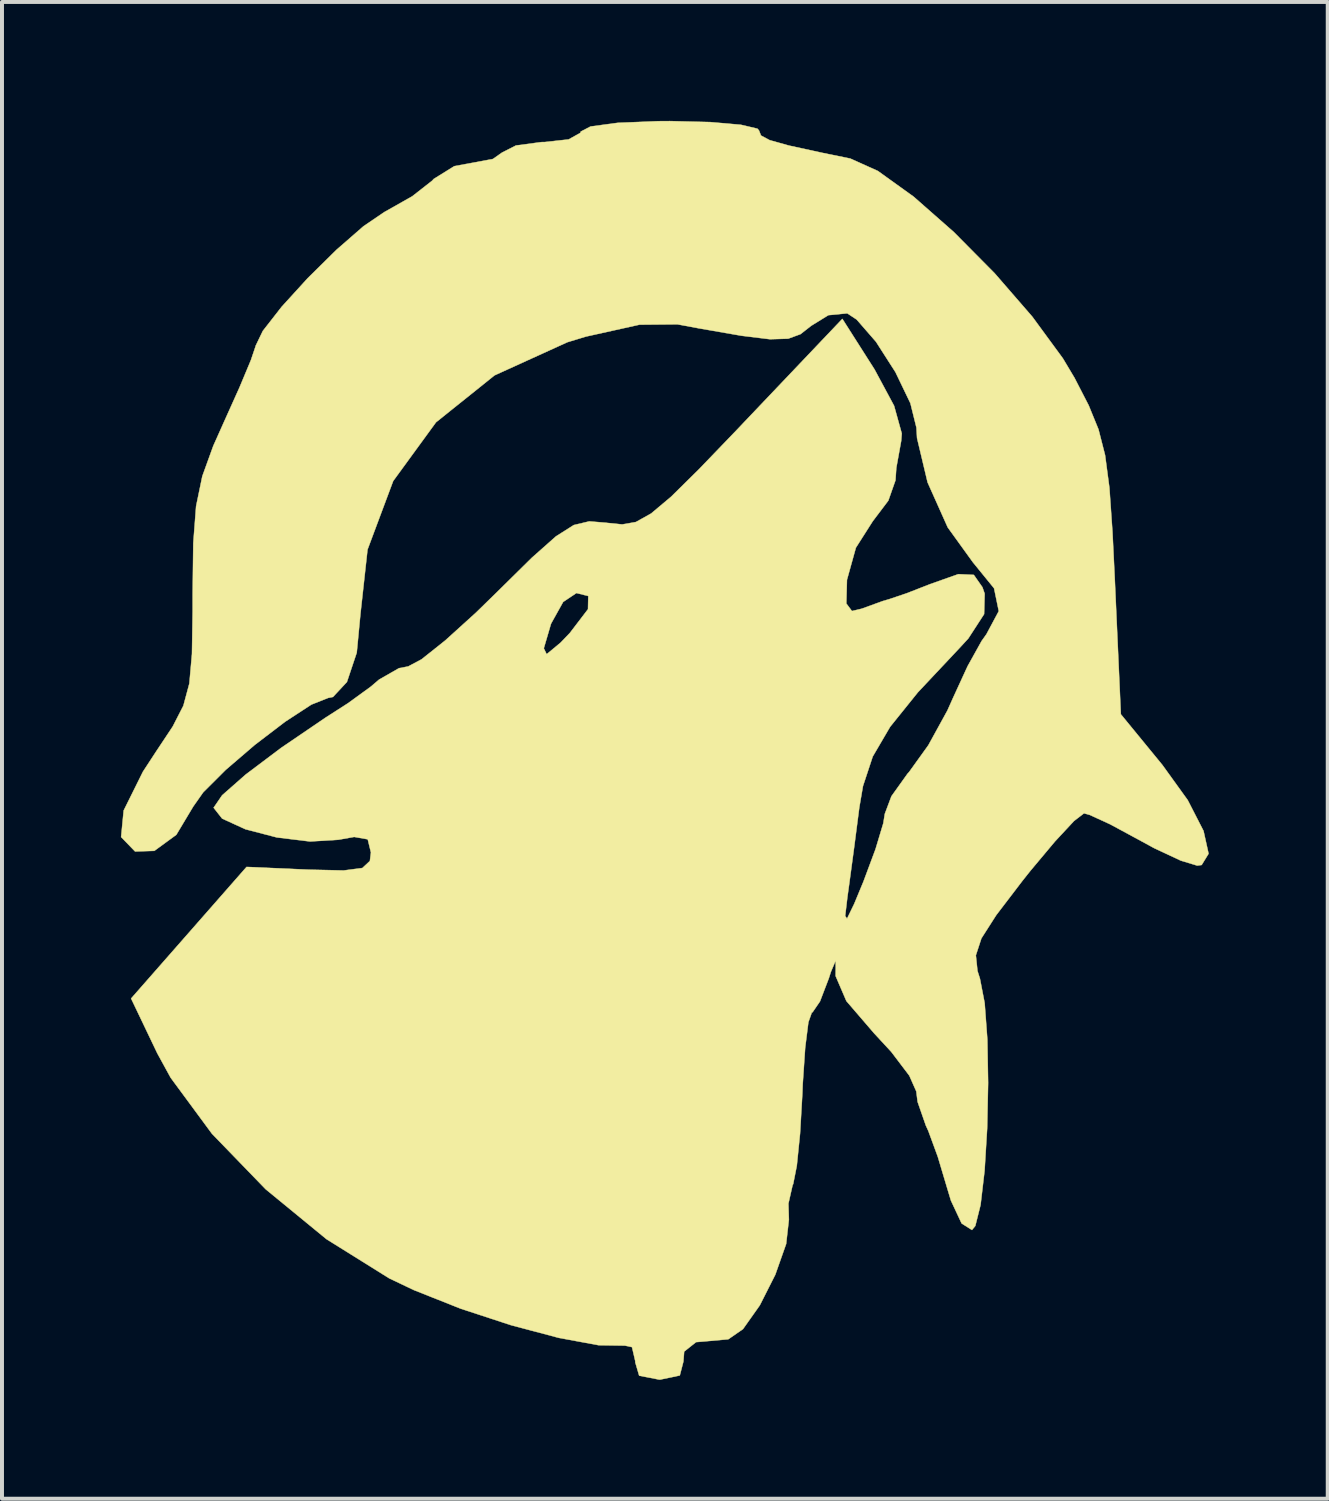
<source format=kicad_pcb>
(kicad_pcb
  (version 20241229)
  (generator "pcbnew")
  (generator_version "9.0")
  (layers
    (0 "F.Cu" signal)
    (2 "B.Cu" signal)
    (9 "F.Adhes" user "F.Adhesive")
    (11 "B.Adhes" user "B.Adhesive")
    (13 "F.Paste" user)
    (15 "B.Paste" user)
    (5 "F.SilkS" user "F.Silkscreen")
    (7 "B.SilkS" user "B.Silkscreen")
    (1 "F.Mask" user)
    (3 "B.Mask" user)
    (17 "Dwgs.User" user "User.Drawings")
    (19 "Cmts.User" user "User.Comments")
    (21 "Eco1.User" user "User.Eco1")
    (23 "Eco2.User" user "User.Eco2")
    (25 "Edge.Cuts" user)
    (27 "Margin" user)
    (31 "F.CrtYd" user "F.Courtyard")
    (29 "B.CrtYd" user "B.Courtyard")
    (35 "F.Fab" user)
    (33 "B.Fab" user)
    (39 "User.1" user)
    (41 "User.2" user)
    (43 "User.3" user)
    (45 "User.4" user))
  (footprint "logo"
    (layer "F.Cu")
    (at 13.187 15.88)
    (property "Reference" "logo" (at 0 0 0) (layer "F.SilkS") (effects (font (size 1.524 1.524) (thickness 0.3))))
    (attr through_hole)
    (fp_poly (pts (xy 1.678 -15.85) (xy 2.455 -15.782) (xy 2.872 -15.684) (xy 2.91 -15.64) (xy 2.961 -15.511) (xy 3.18 -15.394) (xy 3.665 -15.258) (xy 4.514 -15.073) (xy 5.214 -14.93) (xy 5.908 -14.618) (xy 6.811 -13.969) (xy 7.826 -13.076) (xy 8.856 -12.036) (xy 9.805 -10.942) (xy 10.577 -9.889) (xy 10.873 -9.393) (xy 11.229 -8.702) (xy 11.476 -8.097) (xy 11.642 -7.448) (xy 11.751 -6.626) (xy 11.829 -5.502) (xy 11.885 -4.358) (xy 12.04 -0.91) (xy 13.088 0.369) (xy 13.728 1.257) (xy 14.126 2.033) (xy 14.253 2.607) (xy 14.078 2.892) (xy 13.966 2.907) (xy 13.551 2.781) (xy 12.877 2.465) (xy 12.475 2.246) (xy 11.77 1.865) (xy 11.253 1.628) (xy 11.11 1.588) (xy 10.858 1.782) (xy 10.378 2.298) (xy 9.758 3.038) (xy 9.557 3.291) (xy 8.896 4.157) (xy 8.522 4.742) (xy 8.382 5.17) (xy 8.423 5.564) (xy 8.485 5.759) (xy 8.604 6.375) (xy 8.672 7.295) (xy 8.691 8.391) (xy 8.667 9.537) (xy 8.602 10.605) (xy 8.501 11.467) (xy 8.368 11.997) (xy 8.284 12.1) (xy 8.023 11.935) (xy 7.753 11.358) (xy 7.664 11.063) (xy 7.421 10.25) (xy 7.182 9.599) (xy 7.119 9.462) (xy 6.912 8.867) (xy 6.879 8.603) (xy 6.703 8.206) (xy 6.248 7.606) (xy 5.817 7.14) (xy 5.115 6.324) (xy 4.844 5.693) (xy 4.846 5.486) (xy 4.844 5.307) (xy 4.724 5.59) (xy 4.671 5.755) (xy 4.45 6.333) (xy 4.26 6.61) (xy 4.243 6.615) (xy 4.157 6.858) (xy 4.076 7.503) (xy 4.014 8.422) (xy 4.005 8.657) (xy 3.947 9.667) (xy 3.865 10.478) (xy 3.774 10.938) (xy 3.758 10.972) (xy 3.653 11.435) (xy 3.665 11.84) (xy 3.596 12.451) (xy 3.322 13.228) (xy 2.931 14.001) (xy 2.507 14.6) (xy 2.136 14.857) (xy 1.493 14.915) (xy 1.323 14.929) (xy 1.023 15.167) (xy 1.004 15.418) (xy 0.913 15.77) (xy 0.415 15.875) (xy 0.397 15.875) (xy -0.112 15.776) (xy -0.213 15.432) (xy -0.21 15.412) (xy -0.293 15.055) (xy -0.47 15.017) (xy -1.135 15.007) (xy -2.141 14.821) (xy -3.349 14.5) (xy -4.615 14.085) (xy -5.798 13.615) (xy -6.417 13.32) (xy -8 12.332) (xy -9.534 11.073) (xy -10.889 9.673) (xy -11.932 8.258) (xy -12.268 7.644) (xy -12.93 6.26) (xy -10.017 2.941) (xy -8.448 3.01) (xy -7.568 3.03) (xy -7.095 2.968) (xy -6.906 2.791) (xy -6.879 2.577) (xy -6.96 2.244) (xy -7.301 2.184) (xy -7.7 2.255) (xy -8.415 2.299) (xy -9.252 2.197) (xy -10.046 1.99) (xy -10.633 1.721) (xy -10.848 1.447) (xy -10.633 1.133) (xy -10.04 0.611) (xy -9.146 -0.062) (xy -8.027 -0.824) (xy -7.455 -1.191) (xy -6.879 -1.61) (xy -6.673 -1.786) (xy -6.171 -2.073) (xy -5.94 -2.117) (xy -5.605 -2.295) (xy -5.253 -2.574) (xy -2.518 -2.574) (xy -2.446 -2.426) (xy -2.095 -2.717) (xy -1.862 -2.96) (xy -1.403 -3.561) (xy -1.396 -3.893) (xy -1.694 -3.969) (xy -2.03 -3.744) (xy -2.332 -3.202) (xy -2.342 -3.175) (xy -2.518 -2.574) (xy -5.253 -2.574) (xy -5.003 -2.774) (xy -4.231 -3.473) (xy -3.691 -4) (xy -2.819 -4.86) (xy -2.21 -5.4) (xy -1.761 -5.684) (xy -1.371 -5.777) (xy -0.936 -5.741) (xy -0.917 -5.738) (xy -0.539 -5.7) (xy -0.196 -5.76) (xy 0.189 -5.975) (xy 0.696 -6.401) (xy 1.399 -7.095) (xy 2.379 -8.114) (xy 2.498 -8.24) (xy 5.014 -10.886) (xy 5.826 -9.61) (xy 6.319 -8.693) (xy 6.513 -7.993) (xy 6.498 -7.805) (xy 6.375 -7.125) (xy 6.354 -6.813) (xy 6.174 -6.301) (xy 5.781 -5.781) (xy 5.355 -5.112) (xy 5.13 -4.302) (xy 5.13 -4.301) (xy 5.114 -3.704) (xy 5.256 -3.515) (xy 5.501 -3.573) (xy 6.03 -3.765) (xy 6.218 -3.821) (xy 6.638 -3.963) (xy 7.227 -4.193) (xy 7.939 -4.445) (xy 8.33 -4.427) (xy 8.548 -4.115) (xy 8.604 -3.953) (xy 8.59 -3.437) (xy 8.191 -2.822) (xy 7.953 -2.564) (xy 6.919 -1.464) (xy 6.219 -0.594) (xy 5.78 0.156) (xy 5.534 0.901) (xy 5.442 1.437) (xy 5.312 2.442) (xy 5.183 3.4) (xy 5.141 3.704) (xy 5.085 4.178) (xy 5.132 4.245) (xy 5.313 3.872) (xy 5.547 3.307) (xy 5.851 2.491) (xy 6.047 1.839) (xy 6.085 1.602) (xy 6.252 1.157) (xy 6.658 0.589) (xy 6.699 0.544) (xy 7.182 -0.128) (xy 7.664 -1.005) (xy 7.806 -1.323) (xy 8.173 -2.122) (xy 8.527 -2.759) (xy 8.649 -2.931) (xy 8.96 -3.512) (xy 8.841 -4.089) (xy 8.308 -4.744) (xy 7.672 -5.625) (xy 7.164 -6.76) (xy 6.898 -7.878) (xy 6.883 -8.141) (xy 6.73 -8.758) (xy 6.353 -9.542) (xy 5.863 -10.307) (xy 5.375 -10.868) (xy 5.138 -11.025) (xy 4.662 -10.979) (xy 4.229 -10.712) (xy 3.958 -10.5) (xy 3.647 -10.386) (xy 3.187 -10.372) (xy 2.469 -10.46) (xy 1.383 -10.649) (xy 0.853 -10.748) (xy -0.104 -10.739) (xy -1.459 -10.438) (xy -1.925 -10.296) (xy -3.76 -9.461) (xy -5.237 -8.277) (xy -6.318 -6.795) (xy -6.965 -5.065) (xy -7.144 -3.439) (xy -7.237 -2.465) (xy -7.485 -1.725) (xy -7.837 -1.347) (xy -7.958 -1.323) (xy -8.381 -1.155) (xy -9.043 -0.723) (xy -9.809 -0.138) (xy -10.544 0.493) (xy -11.11 1.058) (xy -11.363 1.418) (xy -11.789 2.13) (xy -12.343 2.535) (xy -12.829 2.551) (xy -13.182 2.186) (xy -13.117 1.517) (xy -12.631 0.538) (xy -12.303 0.036) (xy -11.88 -0.601) (xy -11.611 -1.126) (xy -11.46 -1.687) (xy -11.394 -2.432) (xy -11.377 -3.511) (xy -11.377 -3.944) (xy -11.361 -5.227) (xy -11.29 -6.159) (xy -11.133 -6.917) (xy -10.857 -7.68) (xy -10.583 -8.293) (xy -10.192 -9.163) (xy -9.908 -9.843) (xy -9.79 -10.192) (xy -9.79 -10.201) (xy -9.606 -10.582) (xy -9.131 -11.191) (xy -8.476 -11.91) (xy -7.751 -12.626) (xy -7.069 -13.221) (xy -6.54 -13.581) (xy -6.528 -13.587) (xy -5.837 -13.978) (xy -5.334 -14.372) (xy -5.296 -14.415) (xy -4.776 -14.738) (xy -4.349 -14.817) (xy -3.802 -14.919) (xy -3.572 -15.081) (xy -3.22 -15.26) (xy -2.579 -15.345) (xy -2.498 -15.346) (xy -1.892 -15.413) (xy -1.594 -15.579) (xy -1.587 -15.61) (xy -1.339 -15.739) (xy -0.655 -15.831) (xy 0.372 -15.873) (xy 0.661 -15.875) (xy 1.678 -15.85)) (stroke (width 0.01) (type solid)) (fill yes) (layer "F.SilkS")))
  (gr_rect
    (start -3 -3)
    (end 30.446 34.76)
    (stroke (width 0.1) (type default))
    (fill no)
    (layer "Edge.Cuts")))
</source>
